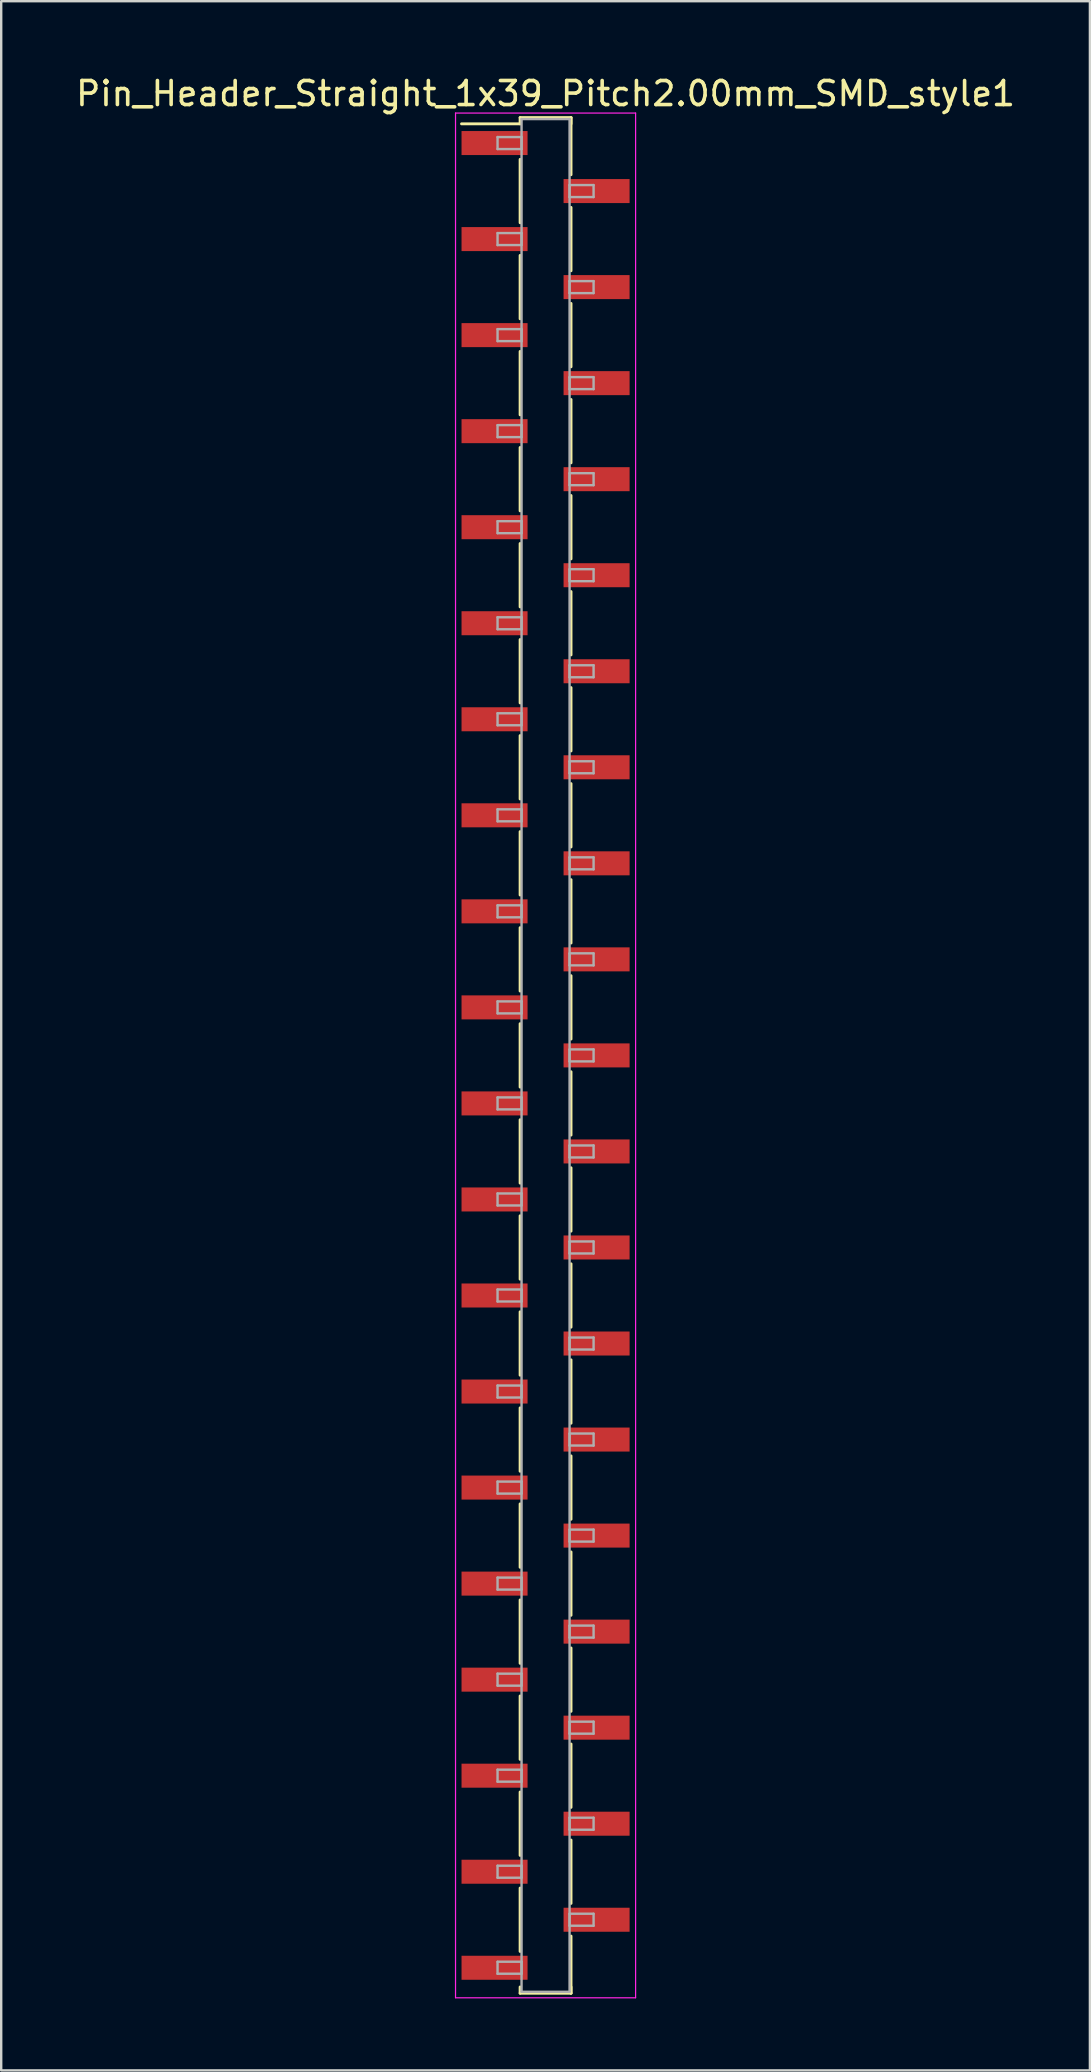
<source format=kicad_pcb>
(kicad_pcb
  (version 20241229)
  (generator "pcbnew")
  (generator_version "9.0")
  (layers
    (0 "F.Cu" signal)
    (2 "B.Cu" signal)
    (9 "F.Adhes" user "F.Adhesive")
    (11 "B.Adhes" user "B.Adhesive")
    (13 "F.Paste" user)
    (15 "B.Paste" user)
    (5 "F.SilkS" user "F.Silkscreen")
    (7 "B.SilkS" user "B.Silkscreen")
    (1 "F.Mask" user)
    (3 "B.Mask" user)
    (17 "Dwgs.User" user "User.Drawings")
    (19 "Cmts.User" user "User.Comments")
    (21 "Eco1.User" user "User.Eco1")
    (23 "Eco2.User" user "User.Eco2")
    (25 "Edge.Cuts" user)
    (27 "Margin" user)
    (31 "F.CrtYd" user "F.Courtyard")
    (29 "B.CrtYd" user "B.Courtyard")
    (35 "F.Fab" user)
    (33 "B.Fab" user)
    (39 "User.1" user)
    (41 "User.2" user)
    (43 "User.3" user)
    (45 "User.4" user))
  (footprint "Pin_Header_Straight_1x39_Pitch2.00mm_SMD_style1"
    (layer "F.Cu")
    (at 19.673 40.908)
    (property "Reference" "Pin_Header_Straight_1x39_Pitch2.00mm_SMD_style1" (at 0 -40.06 0) (layer "F.SilkS") (effects (font (size 1 1) (thickness 0.15))))
    (attr smd)
    (fp_line (start -1.06 -39.06) (end 1.06 -39.06) (stroke (width 0.12) (type solid)) (layer "F.SilkS"))
    (fp_line (start -1.06 -38.8) (end -3.5 -38.8) (stroke (width 0.12) (type solid)) (layer "F.SilkS"))
    (fp_line (start -1.06 -38.8) (end -1.06 -39.06) (stroke (width 0.12) (type solid)) (layer "F.SilkS"))
    (fp_line (start -1.06 -37.32) (end -1.06 -34.68) (stroke (width 0.12) (type solid)) (layer "F.SilkS"))
    (fp_line (start -1.06 -33.32) (end -1.06 -30.68) (stroke (width 0.12) (type solid)) (layer "F.SilkS"))
    (fp_line (start -1.06 -29.32) (end -1.06 -26.68) (stroke (width 0.12) (type solid)) (layer "F.SilkS"))
    (fp_line (start -1.06 -25.32) (end -1.06 -22.68) (stroke (width 0.12) (type solid)) (layer "F.SilkS"))
    (fp_line (start -1.06 -21.32) (end -1.06 -18.68) (stroke (width 0.12) (type solid)) (layer "F.SilkS"))
    (fp_line (start -1.06 -17.32) (end -1.06 -14.68) (stroke (width 0.12) (type solid)) (layer "F.SilkS"))
    (fp_line (start -1.06 -13.32) (end -1.06 -10.68) (stroke (width 0.12) (type solid)) (layer "F.SilkS"))
    (fp_line (start -1.06 -9.32) (end -1.06 -6.68) (stroke (width 0.12) (type solid)) (layer "F.SilkS"))
    (fp_line (start -1.06 -5.32) (end -1.06 -2.68) (stroke (width 0.12) (type solid)) (layer "F.SilkS"))
    (fp_line (start -1.06 -1.32) (end -1.06 1.32) (stroke (width 0.12) (type solid)) (layer "F.SilkS"))
    (fp_line (start -1.06 2.68) (end -1.06 5.32) (stroke (width 0.12) (type solid)) (layer "F.SilkS"))
    (fp_line (start -1.06 6.68) (end -1.06 9.32) (stroke (width 0.12) (type solid)) (layer "F.SilkS"))
    (fp_line (start -1.06 10.68) (end -1.06 13.32) (stroke (width 0.12) (type solid)) (layer "F.SilkS"))
    (fp_line (start -1.06 14.68) (end -1.06 17.32) (stroke (width 0.12) (type solid)) (layer "F.SilkS"))
    (fp_line (start -1.06 18.68) (end -1.06 21.32) (stroke (width 0.12) (type solid)) (layer "F.SilkS"))
    (fp_line (start -1.06 22.68) (end -1.06 25.32) (stroke (width 0.12) (type solid)) (layer "F.SilkS"))
    (fp_line (start -1.06 26.68) (end -1.06 29.32) (stroke (width 0.12) (type solid)) (layer "F.SilkS"))
    (fp_line (start -1.06 30.68) (end -1.06 33.32) (stroke (width 0.12) (type solid)) (layer "F.SilkS"))
    (fp_line (start -1.06 34.68) (end -1.06 37.32) (stroke (width 0.12) (type solid)) (layer "F.SilkS"))
    (fp_line (start -1.06 38.8) (end -1.06 39.06) (stroke (width 0.12) (type solid)) (layer "F.SilkS"))
    (fp_line (start -1.06 39.06) (end 1.06 39.06) (stroke (width 0.12) (type solid)) (layer "F.SilkS"))
    (fp_line (start 1.06 -39.06) (end 1.06 -38.8) (stroke (width 0.12) (type solid)) (layer "F.SilkS"))
    (fp_line (start 1.06 -39.06) (end 1.06 -36.68) (stroke (width 0.12) (type solid)) (layer "F.SilkS"))
    (fp_line (start 1.06 -35.32) (end 1.06 -32.68) (stroke (width 0.12) (type solid)) (layer "F.SilkS"))
    (fp_line (start 1.06 -31.32) (end 1.06 -28.68) (stroke (width 0.12) (type solid)) (layer "F.SilkS"))
    (fp_line (start 1.06 -27.32) (end 1.06 -24.68) (stroke (width 0.12) (type solid)) (layer "F.SilkS"))
    (fp_line (start 1.06 -23.32) (end 1.06 -20.68) (stroke (width 0.12) (type solid)) (layer "F.SilkS"))
    (fp_line (start 1.06 -19.32) (end 1.06 -16.68) (stroke (width 0.12) (type solid)) (layer "F.SilkS"))
    (fp_line (start 1.06 -15.32) (end 1.06 -12.68) (stroke (width 0.12) (type solid)) (layer "F.SilkS"))
    (fp_line (start 1.06 -11.32) (end 1.06 -8.68) (stroke (width 0.12) (type solid)) (layer "F.SilkS"))
    (fp_line (start 1.06 -7.32) (end 1.06 -4.68) (stroke (width 0.12) (type solid)) (layer "F.SilkS"))
    (fp_line (start 1.06 -3.32) (end 1.06 -0.68) (stroke (width 0.12) (type solid)) (layer "F.SilkS"))
    (fp_line (start 1.06 0.68) (end 1.06 3.32) (stroke (width 0.12) (type solid)) (layer "F.SilkS"))
    (fp_line (start 1.06 4.68) (end 1.06 7.32) (stroke (width 0.12) (type solid)) (layer "F.SilkS"))
    (fp_line (start 1.06 8.68) (end 1.06 11.32) (stroke (width 0.12) (type solid)) (layer "F.SilkS"))
    (fp_line (start 1.06 12.68) (end 1.06 15.32) (stroke (width 0.12) (type solid)) (layer "F.SilkS"))
    (fp_line (start 1.06 16.68) (end 1.06 19.32) (stroke (width 0.12) (type solid)) (layer "F.SilkS"))
    (fp_line (start 1.06 20.68) (end 1.06 23.32) (stroke (width 0.12) (type solid)) (layer "F.SilkS"))
    (fp_line (start 1.06 24.68) (end 1.06 27.32) (stroke (width 0.12) (type solid)) (layer "F.SilkS"))
    (fp_line (start 1.06 28.68) (end 1.06 31.32) (stroke (width 0.12) (type solid)) (layer "F.SilkS"))
    (fp_line (start 1.06 32.68) (end 1.06 35.32) (stroke (width 0.12) (type solid)) (layer "F.SilkS"))
    (fp_line (start 1.06 36.68) (end 1.06 39.06) (stroke (width 0.12) (type solid)) (layer "F.SilkS"))
    (fp_line (start 1.06 39.06) (end 1.06 38.8) (stroke (width 0.12) (type solid)) (layer "F.SilkS"))
    (fp_line (start -3.75 -39.25) (end -3.75 39.25) (stroke (width 0.05) (type solid)) (layer "F.CrtYd"))
    (fp_line (start -3.75 39.25) (end 3.75 39.25) (stroke (width 0.05) (type solid)) (layer "F.CrtYd"))
    (fp_line (start 3.75 -39.25) (end -3.75 -39.25) (stroke (width 0.05) (type solid)) (layer "F.CrtYd"))
    (fp_line (start 3.75 39.25) (end 3.75 -39.25) (stroke (width 0.05) (type solid)) (layer "F.CrtYd"))
    (fp_line (start -2 -38.25) (end -1 -38.25) (stroke (width 0.1) (type solid)) (layer "F.Fab"))
    (fp_line (start -2 -37.75) (end -2 -38.25) (stroke (width 0.1) (type solid)) (layer "F.Fab"))
    (fp_line (start -2 -34.25) (end -1 -34.25) (stroke (width 0.1) (type solid)) (layer "F.Fab"))
    (fp_line (start -2 -33.75) (end -2 -34.25) (stroke (width 0.1) (type solid)) (layer "F.Fab"))
    (fp_line (start -2 -30.25) (end -1 -30.25) (stroke (width 0.1) (type solid)) (layer "F.Fab"))
    (fp_line (start -2 -29.75) (end -2 -30.25) (stroke (width 0.1) (type solid)) (layer "F.Fab"))
    (fp_line (start -2 -26.25) (end -1 -26.25) (stroke (width 0.1) (type solid)) (layer "F.Fab"))
    (fp_line (start -2 -25.75) (end -2 -26.25) (stroke (width 0.1) (type solid)) (layer "F.Fab"))
    (fp_line (start -2 -22.25) (end -1 -22.25) (stroke (width 0.1) (type solid)) (layer "F.Fab"))
    (fp_line (start -2 -21.75) (end -2 -22.25) (stroke (width 0.1) (type solid)) (layer "F.Fab"))
    (fp_line (start -2 -18.25) (end -1 -18.25) (stroke (width 0.1) (type solid)) (layer "F.Fab"))
    (fp_line (start -2 -17.75) (end -2 -18.25) (stroke (width 0.1) (type solid)) (layer "F.Fab"))
    (fp_line (start -2 -14.25) (end -1 -14.25) (stroke (width 0.1) (type solid)) (layer "F.Fab"))
    (fp_line (start -2 -13.75) (end -2 -14.25) (stroke (width 0.1) (type solid)) (layer "F.Fab"))
    (fp_line (start -2 -10.25) (end -1 -10.25) (stroke (width 0.1) (type solid)) (layer "F.Fab"))
    (fp_line (start -2 -9.75) (end -2 -10.25) (stroke (width 0.1) (type solid)) (layer "F.Fab"))
    (fp_line (start -2 -6.25) (end -1 -6.25) (stroke (width 0.1) (type solid)) (layer "F.Fab"))
    (fp_line (start -2 -5.75) (end -2 -6.25) (stroke (width 0.1) (type solid)) (layer "F.Fab"))
    (fp_line (start -2 -2.25) (end -1 -2.25) (stroke (width 0.1) (type solid)) (layer "F.Fab"))
    (fp_line (start -2 -1.75) (end -2 -2.25) (stroke (width 0.1) (type solid)) (layer "F.Fab"))
    (fp_line (start -2 1.75) (end -1 1.75) (stroke (width 0.1) (type solid)) (layer "F.Fab"))
    (fp_line (start -2 2.25) (end -2 1.75) (stroke (width 0.1) (type solid)) (layer "F.Fab"))
    (fp_line (start -2 5.75) (end -1 5.75) (stroke (width 0.1) (type solid)) (layer "F.Fab"))
    (fp_line (start -2 6.25) (end -2 5.75) (stroke (width 0.1) (type solid)) (layer "F.Fab"))
    (fp_line (start -2 9.75) (end -1 9.75) (stroke (width 0.1) (type solid)) (layer "F.Fab"))
    (fp_line (start -2 10.25) (end -2 9.75) (stroke (width 0.1) (type solid)) (layer "F.Fab"))
    (fp_line (start -2 13.75) (end -1 13.75) (stroke (width 0.1) (type solid)) (layer "F.Fab"))
    (fp_line (start -2 14.25) (end -2 13.75) (stroke (width 0.1) (type solid)) (layer "F.Fab"))
    (fp_line (start -2 17.75) (end -1 17.75) (stroke (width 0.1) (type solid)) (layer "F.Fab"))
    (fp_line (start -2 18.25) (end -2 17.75) (stroke (width 0.1) (type solid)) (layer "F.Fab"))
    (fp_line (start -2 21.75) (end -1 21.75) (stroke (width 0.1) (type solid)) (layer "F.Fab"))
    (fp_line (start -2 22.25) (end -2 21.75) (stroke (width 0.1) (type solid)) (layer "F.Fab"))
    (fp_line (start -2 25.75) (end -1 25.75) (stroke (width 0.1) (type solid)) (layer "F.Fab"))
    (fp_line (start -2 26.25) (end -2 25.75) (stroke (width 0.1) (type solid)) (layer "F.Fab"))
    (fp_line (start -2 29.75) (end -1 29.75) (stroke (width 0.1) (type solid)) (layer "F.Fab"))
    (fp_line (start -2 30.25) (end -2 29.75) (stroke (width 0.1) (type solid)) (layer "F.Fab"))
    (fp_line (start -2 33.75) (end -1 33.75) (stroke (width 0.1) (type solid)) (layer "F.Fab"))
    (fp_line (start -2 34.25) (end -2 33.75) (stroke (width 0.1) (type solid)) (layer "F.Fab"))
    (fp_line (start -2 37.75) (end -1 37.75) (stroke (width 0.1) (type solid)) (layer "F.Fab"))
    (fp_line (start -2 38.25) (end -2 37.75) (stroke (width 0.1) (type solid)) (layer "F.Fab"))
    (fp_line (start -1 -39) (end -1 39) (stroke (width 0.1) (type solid)) (layer "F.Fab"))
    (fp_line (start -1 -38.25) (end -1 -37.75) (stroke (width 0.1) (type solid)) (layer "F.Fab"))
    (fp_line (start -1 -37.75) (end -2 -37.75) (stroke (width 0.1) (type solid)) (layer "F.Fab"))
    (fp_line (start -1 -34.25) (end -1 -33.75) (stroke (width 0.1) (type solid)) (layer "F.Fab"))
    (fp_line (start -1 -33.75) (end -2 -33.75) (stroke (width 0.1) (type solid)) (layer "F.Fab"))
    (fp_line (start -1 -30.25) (end -1 -29.75) (stroke (width 0.1) (type solid)) (layer "F.Fab"))
    (fp_line (start -1 -29.75) (end -2 -29.75) (stroke (width 0.1) (type solid)) (layer "F.Fab"))
    (fp_line (start -1 -26.25) (end -1 -25.75) (stroke (width 0.1) (type solid)) (layer "F.Fab"))
    (fp_line (start -1 -25.75) (end -2 -25.75) (stroke (width 0.1) (type solid)) (layer "F.Fab"))
    (fp_line (start -1 -22.25) (end -1 -21.75) (stroke (width 0.1) (type solid)) (layer "F.Fab"))
    (fp_line (start -1 -21.75) (end -2 -21.75) (stroke (width 0.1) (type solid)) (layer "F.Fab"))
    (fp_line (start -1 -18.25) (end -1 -17.75) (stroke (width 0.1) (type solid)) (layer "F.Fab"))
    (fp_line (start -1 -17.75) (end -2 -17.75) (stroke (width 0.1) (type solid)) (layer "F.Fab"))
    (fp_line (start -1 -14.25) (end -1 -13.75) (stroke (width 0.1) (type solid)) (layer "F.Fab"))
    (fp_line (start -1 -13.75) (end -2 -13.75) (stroke (width 0.1) (type solid)) (layer "F.Fab"))
    (fp_line (start -1 -10.25) (end -1 -9.75) (stroke (width 0.1) (type solid)) (layer "F.Fab"))
    (fp_line (start -1 -9.75) (end -2 -9.75) (stroke (width 0.1) (type solid)) (layer "F.Fab"))
    (fp_line (start -1 -6.25) (end -1 -5.75) (stroke (width 0.1) (type solid)) (layer "F.Fab"))
    (fp_line (start -1 -5.75) (end -2 -5.75) (stroke (width 0.1) (type solid)) (layer "F.Fab"))
    (fp_line (start -1 -2.25) (end -1 -1.75) (stroke (width 0.1) (type solid)) (layer "F.Fab"))
    (fp_line (start -1 -1.75) (end -2 -1.75) (stroke (width 0.1) (type solid)) (layer "F.Fab"))
    (fp_line (start -1 1.75) (end -1 2.25) (stroke (width 0.1) (type solid)) (layer "F.Fab"))
    (fp_line (start -1 2.25) (end -2 2.25) (stroke (width 0.1) (type solid)) (layer "F.Fab"))
    (fp_line (start -1 5.75) (end -1 6.25) (stroke (width 0.1) (type solid)) (layer "F.Fab"))
    (fp_line (start -1 6.25) (end -2 6.25) (stroke (width 0.1) (type solid)) (layer "F.Fab"))
    (fp_line (start -1 9.75) (end -1 10.25) (stroke (width 0.1) (type solid)) (layer "F.Fab"))
    (fp_line (start -1 10.25) (end -2 10.25) (stroke (width 0.1) (type solid)) (layer "F.Fab"))
    (fp_line (start -1 13.75) (end -1 14.25) (stroke (width 0.1) (type solid)) (layer "F.Fab"))
    (fp_line (start -1 14.25) (end -2 14.25) (stroke (width 0.1) (type solid)) (layer "F.Fab"))
    (fp_line (start -1 17.75) (end -1 18.25) (stroke (width 0.1) (type solid)) (layer "F.Fab"))
    (fp_line (start -1 18.25) (end -2 18.25) (stroke (width 0.1) (type solid)) (layer "F.Fab"))
    (fp_line (start -1 21.75) (end -1 22.25) (stroke (width 0.1) (type solid)) (layer "F.Fab"))
    (fp_line (start -1 22.25) (end -2 22.25) (stroke (width 0.1) (type solid)) (layer "F.Fab"))
    (fp_line (start -1 25.75) (end -1 26.25) (stroke (width 0.1) (type solid)) (layer "F.Fab"))
    (fp_line (start -1 26.25) (end -2 26.25) (stroke (width 0.1) (type solid)) (layer "F.Fab"))
    (fp_line (start -1 29.75) (end -1 30.25) (stroke (width 0.1) (type solid)) (layer "F.Fab"))
    (fp_line (start -1 30.25) (end -2 30.25) (stroke (width 0.1) (type solid)) (layer "F.Fab"))
    (fp_line (start -1 33.75) (end -1 34.25) (stroke (width 0.1) (type solid)) (layer "F.Fab"))
    (fp_line (start -1 34.25) (end -2 34.25) (stroke (width 0.1) (type solid)) (layer "F.Fab"))
    (fp_line (start -1 37.75) (end -1 38.25) (stroke (width 0.1) (type solid)) (layer "F.Fab"))
    (fp_line (start -1 38.25) (end -2 38.25) (stroke (width 0.1) (type solid)) (layer "F.Fab"))
    (fp_line (start -1 39) (end 1 39) (stroke (width 0.1) (type solid)) (layer "F.Fab"))
    (fp_line (start 1 -39) (end -1 -39) (stroke (width 0.1) (type solid)) (layer "F.Fab"))
    (fp_line (start 1 -36.25) (end 1 -35.75) (stroke (width 0.1) (type solid)) (layer "F.Fab"))
    (fp_line (start 1 -35.75) (end 2 -35.75) (stroke (width 0.1) (type solid)) (layer "F.Fab"))
    (fp_line (start 1 -32.25) (end 1 -31.75) (stroke (width 0.1) (type solid)) (layer "F.Fab"))
    (fp_line (start 1 -31.75) (end 2 -31.75) (stroke (width 0.1) (type solid)) (layer "F.Fab"))
    (fp_line (start 1 -28.25) (end 1 -27.75) (stroke (width 0.1) (type solid)) (layer "F.Fab"))
    (fp_line (start 1 -27.75) (end 2 -27.75) (stroke (width 0.1) (type solid)) (layer "F.Fab"))
    (fp_line (start 1 -24.25) (end 1 -23.75) (stroke (width 0.1) (type solid)) (layer "F.Fab"))
    (fp_line (start 1 -23.75) (end 2 -23.75) (stroke (width 0.1) (type solid)) (layer "F.Fab"))
    (fp_line (start 1 -20.25) (end 1 -19.75) (stroke (width 0.1) (type solid)) (layer "F.Fab"))
    (fp_line (start 1 -19.75) (end 2 -19.75) (stroke (width 0.1) (type solid)) (layer "F.Fab"))
    (fp_line (start 1 -16.25) (end 1 -15.75) (stroke (width 0.1) (type solid)) (layer "F.Fab"))
    (fp_line (start 1 -15.75) (end 2 -15.75) (stroke (width 0.1) (type solid)) (layer "F.Fab"))
    (fp_line (start 1 -12.25) (end 1 -11.75) (stroke (width 0.1) (type solid)) (layer "F.Fab"))
    (fp_line (start 1 -11.75) (end 2 -11.75) (stroke (width 0.1) (type solid)) (layer "F.Fab"))
    (fp_line (start 1 -8.25) (end 1 -7.75) (stroke (width 0.1) (type solid)) (layer "F.Fab"))
    (fp_line (start 1 -7.75) (end 2 -7.75) (stroke (width 0.1) (type solid)) (layer "F.Fab"))
    (fp_line (start 1 -4.25) (end 1 -3.75) (stroke (width 0.1) (type solid)) (layer "F.Fab"))
    (fp_line (start 1 -3.75) (end 2 -3.75) (stroke (width 0.1) (type solid)) (layer "F.Fab"))
    (fp_line (start 1 -0.25) (end 1 0.25) (stroke (width 0.1) (type solid)) (layer "F.Fab"))
    (fp_line (start 1 0.25) (end 2 0.25) (stroke (width 0.1) (type solid)) (layer "F.Fab"))
    (fp_line (start 1 3.75) (end 1 4.25) (stroke (width 0.1) (type solid)) (layer "F.Fab"))
    (fp_line (start 1 4.25) (end 2 4.25) (stroke (width 0.1) (type solid)) (layer "F.Fab"))
    (fp_line (start 1 7.75) (end 1 8.25) (stroke (width 0.1) (type solid)) (layer "F.Fab"))
    (fp_line (start 1 8.25) (end 2 8.25) (stroke (width 0.1) (type solid)) (layer "F.Fab"))
    (fp_line (start 1 11.75) (end 1 12.25) (stroke (width 0.1) (type solid)) (layer "F.Fab"))
    (fp_line (start 1 12.25) (end 2 12.25) (stroke (width 0.1) (type solid)) (layer "F.Fab"))
    (fp_line (start 1 15.75) (end 1 16.25) (stroke (width 0.1) (type solid)) (layer "F.Fab"))
    (fp_line (start 1 16.25) (end 2 16.25) (stroke (width 0.1) (type solid)) (layer "F.Fab"))
    (fp_line (start 1 19.75) (end 1 20.25) (stroke (width 0.1) (type solid)) (layer "F.Fab"))
    (fp_line (start 1 20.25) (end 2 20.25) (stroke (width 0.1) (type solid)) (layer "F.Fab"))
    (fp_line (start 1 23.75) (end 1 24.25) (stroke (width 0.1) (type solid)) (layer "F.Fab"))
    (fp_line (start 1 24.25) (end 2 24.25) (stroke (width 0.1) (type solid)) (layer "F.Fab"))
    (fp_line (start 1 27.75) (end 1 28.25) (stroke (width 0.1) (type solid)) (layer "F.Fab"))
    (fp_line (start 1 28.25) (end 2 28.25) (stroke (width 0.1) (type solid)) (layer "F.Fab"))
    (fp_line (start 1 31.75) (end 1 32.25) (stroke (width 0.1) (type solid)) (layer "F.Fab"))
    (fp_line (start 1 32.25) (end 2 32.25) (stroke (width 0.1) (type solid)) (layer "F.Fab"))
    (fp_line (start 1 35.75) (end 1 36.25) (stroke (width 0.1) (type solid)) (layer "F.Fab"))
    (fp_line (start 1 36.25) (end 2 36.25) (stroke (width 0.1) (type solid)) (layer "F.Fab"))
    (fp_line (start 1 39) (end 1 -39) (stroke (width 0.1) (type solid)) (layer "F.Fab"))
    (fp_line (start 2 -36.25) (end 1 -36.25) (stroke (width 0.1) (type solid)) (layer "F.Fab"))
    (fp_line (start 2 -35.75) (end 2 -36.25) (stroke (width 0.1) (type solid)) (layer "F.Fab"))
    (fp_line (start 2 -32.25) (end 1 -32.25) (stroke (width 0.1) (type solid)) (layer "F.Fab"))
    (fp_line (start 2 -31.75) (end 2 -32.25) (stroke (width 0.1) (type solid)) (layer "F.Fab"))
    (fp_line (start 2 -28.25) (end 1 -28.25) (stroke (width 0.1) (type solid)) (layer "F.Fab"))
    (fp_line (start 2 -27.75) (end 2 -28.25) (stroke (width 0.1) (type solid)) (layer "F.Fab"))
    (fp_line (start 2 -24.25) (end 1 -24.25) (stroke (width 0.1) (type solid)) (layer "F.Fab"))
    (fp_line (start 2 -23.75) (end 2 -24.25) (stroke (width 0.1) (type solid)) (layer "F.Fab"))
    (fp_line (start 2 -20.25) (end 1 -20.25) (stroke (width 0.1) (type solid)) (layer "F.Fab"))
    (fp_line (start 2 -19.75) (end 2 -20.25) (stroke (width 0.1) (type solid)) (layer "F.Fab"))
    (fp_line (start 2 -16.25) (end 1 -16.25) (stroke (width 0.1) (type solid)) (layer "F.Fab"))
    (fp_line (start 2 -15.75) (end 2 -16.25) (stroke (width 0.1) (type solid)) (layer "F.Fab"))
    (fp_line (start 2 -12.25) (end 1 -12.25) (stroke (width 0.1) (type solid)) (layer "F.Fab"))
    (fp_line (start 2 -11.75) (end 2 -12.25) (stroke (width 0.1) (type solid)) (layer "F.Fab"))
    (fp_line (start 2 -8.25) (end 1 -8.25) (stroke (width 0.1) (type solid)) (layer "F.Fab"))
    (fp_line (start 2 -7.75) (end 2 -8.25) (stroke (width 0.1) (type solid)) (layer "F.Fab"))
    (fp_line (start 2 -4.25) (end 1 -4.25) (stroke (width 0.1) (type solid)) (layer "F.Fab"))
    (fp_line (start 2 -3.75) (end 2 -4.25) (stroke (width 0.1) (type solid)) (layer "F.Fab"))
    (fp_line (start 2 -0.25) (end 1 -0.25) (stroke (width 0.1) (type solid)) (layer "F.Fab"))
    (fp_line (start 2 0.25) (end 2 -0.25) (stroke (width 0.1) (type solid)) (layer "F.Fab"))
    (fp_line (start 2 3.75) (end 1 3.75) (stroke (width 0.1) (type solid)) (layer "F.Fab"))
    (fp_line (start 2 4.25) (end 2 3.75) (stroke (width 0.1) (type solid)) (layer "F.Fab"))
    (fp_line (start 2 7.75) (end 1 7.75) (stroke (width 0.1) (type solid)) (layer "F.Fab"))
    (fp_line (start 2 8.25) (end 2 7.75) (stroke (width 0.1) (type solid)) (layer "F.Fab"))
    (fp_line (start 2 11.75) (end 1 11.75) (stroke (width 0.1) (type solid)) (layer "F.Fab"))
    (fp_line (start 2 12.25) (end 2 11.75) (stroke (width 0.1) (type solid)) (layer "F.Fab"))
    (fp_line (start 2 15.75) (end 1 15.75) (stroke (width 0.1) (type solid)) (layer "F.Fab"))
    (fp_line (start 2 16.25) (end 2 15.75) (stroke (width 0.1) (type solid)) (layer "F.Fab"))
    (fp_line (start 2 19.75) (end 1 19.75) (stroke (width 0.1) (type solid)) (layer "F.Fab"))
    (fp_line (start 2 20.25) (end 2 19.75) (stroke (width 0.1) (type solid)) (layer "F.Fab"))
    (fp_line (start 2 23.75) (end 1 23.75) (stroke (width 0.1) (type solid)) (layer "F.Fab"))
    (fp_line (start 2 24.25) (end 2 23.75) (stroke (width 0.1) (type solid)) (layer "F.Fab"))
    (fp_line (start 2 27.75) (end 1 27.75) (stroke (width 0.1) (type solid)) (layer "F.Fab"))
    (fp_line (start 2 28.25) (end 2 27.75) (stroke (width 0.1) (type solid)) (layer "F.Fab"))
    (fp_line (start 2 31.75) (end 1 31.75) (stroke (width 0.1) (type solid)) (layer "F.Fab"))
    (fp_line (start 2 32.25) (end 2 31.75) (stroke (width 0.1) (type solid)) (layer "F.Fab"))
    (fp_line (start 2 35.75) (end 1 35.75) (stroke (width 0.1) (type solid)) (layer "F.Fab"))
    (fp_line (start 2 36.25) (end 2 35.75) (stroke (width 0.1) (type solid)) (layer "F.Fab"))
    (pad "1" smd rect (at -2.125 -38) (size 2.75 1) (layers "F.Cu" "F.Mask"))
    (pad "2" smd rect (at 2.125 -36) (size 2.75 1) (layers "F.Cu" "F.Mask"))
    (pad "3" smd rect (at -2.125 -34) (size 2.75 1) (layers "F.Cu" "F.Mask"))
    (pad "4" smd rect (at 2.125 -32) (size 2.75 1) (layers "F.Cu" "F.Mask"))
    (pad "5" smd rect (at -2.125 -30) (size 2.75 1) (layers "F.Cu" "F.Mask"))
    (pad "6" smd rect (at 2.125 -28) (size 2.75 1) (layers "F.Cu" "F.Mask"))
    (pad "7" smd rect (at -2.125 -26) (size 2.75 1) (layers "F.Cu" "F.Mask"))
    (pad "8" smd rect (at 2.125 -24) (size 2.75 1) (layers "F.Cu" "F.Mask"))
    (pad "9" smd rect (at -2.125 -22) (size 2.75 1) (layers "F.Cu" "F.Mask"))
    (pad "10" smd rect (at 2.125 -20) (size 2.75 1) (layers "F.Cu" "F.Mask"))
    (pad "11" smd rect (at -2.125 -18) (size 2.75 1) (layers "F.Cu" "F.Mask"))
    (pad "12" smd rect (at 2.125 -16) (size 2.75 1) (layers "F.Cu" "F.Mask"))
    (pad "13" smd rect (at -2.125 -14) (size 2.75 1) (layers "F.Cu" "F.Mask"))
    (pad "14" smd rect (at 2.125 -12) (size 2.75 1) (layers "F.Cu" "F.Mask"))
    (pad "15" smd rect (at -2.125 -10) (size 2.75 1) (layers "F.Cu" "F.Mask"))
    (pad "16" smd rect (at 2.125 -8) (size 2.75 1) (layers "F.Cu" "F.Mask"))
    (pad "17" smd rect (at -2.125 -6) (size 2.75 1) (layers "F.Cu" "F.Mask"))
    (pad "18" smd rect (at 2.125 -4) (size 2.75 1) (layers "F.Cu" "F.Mask"))
    (pad "19" smd rect (at -2.125 -2) (size 2.75 1) (layers "F.Cu" "F.Mask"))
    (pad "20" smd rect (at 2.125 0) (size 2.75 1) (layers "F.Cu" "F.Mask"))
    (pad "21" smd rect (at -2.125 2) (size 2.75 1) (layers "F.Cu" "F.Mask"))
    (pad "22" smd rect (at 2.125 4) (size 2.75 1) (layers "F.Cu" "F.Mask"))
    (pad "23" smd rect (at -2.125 6) (size 2.75 1) (layers "F.Cu" "F.Mask"))
    (pad "24" smd rect (at 2.125 8) (size 2.75 1) (layers "F.Cu" "F.Mask"))
    (pad "25" smd rect (at -2.125 10) (size 2.75 1) (layers "F.Cu" "F.Mask"))
    (pad "26" smd rect (at 2.125 12) (size 2.75 1) (layers "F.Cu" "F.Mask"))
    (pad "27" smd rect (at -2.125 14) (size 2.75 1) (layers "F.Cu" "F.Mask"))
    (pad "28" smd rect (at 2.125 16) (size 2.75 1) (layers "F.Cu" "F.Mask"))
    (pad "29" smd rect (at -2.125 18) (size 2.75 1) (layers "F.Cu" "F.Mask"))
    (pad "30" smd rect (at 2.125 20) (size 2.75 1) (layers "F.Cu" "F.Mask"))
    (pad "31" smd rect (at -2.125 22) (size 2.75 1) (layers "F.Cu" "F.Mask"))
    (pad "32" smd rect (at 2.125 24) (size 2.75 1) (layers "F.Cu" "F.Mask"))
    (pad "33" smd rect (at -2.125 26) (size 2.75 1) (layers "F.Cu" "F.Mask"))
    (pad "34" smd rect (at 2.125 28) (size 2.75 1) (layers "F.Cu" "F.Mask"))
    (pad "35" smd rect (at -2.125 30) (size 2.75 1) (layers "F.Cu" "F.Mask"))
    (pad "36" smd rect (at 2.125 32) (size 2.75 1) (layers "F.Cu" "F.Mask"))
    (pad "37" smd rect (at -2.125 34) (size 2.75 1) (layers "F.Cu" "F.Mask"))
    (pad "38" smd rect (at 2.125 36) (size 2.75 1) (layers "F.Cu" "F.Mask"))
    (pad "39" smd rect (at -2.125 38) (size 2.75 1) (layers "F.Cu" "F.Mask")))
  (gr_rect
    (start -3 -3)
    (end 42.345 83.183)
    (stroke (width 0.1) (type default))
    (fill no)
    (layer "Edge.Cuts")))
</source>
